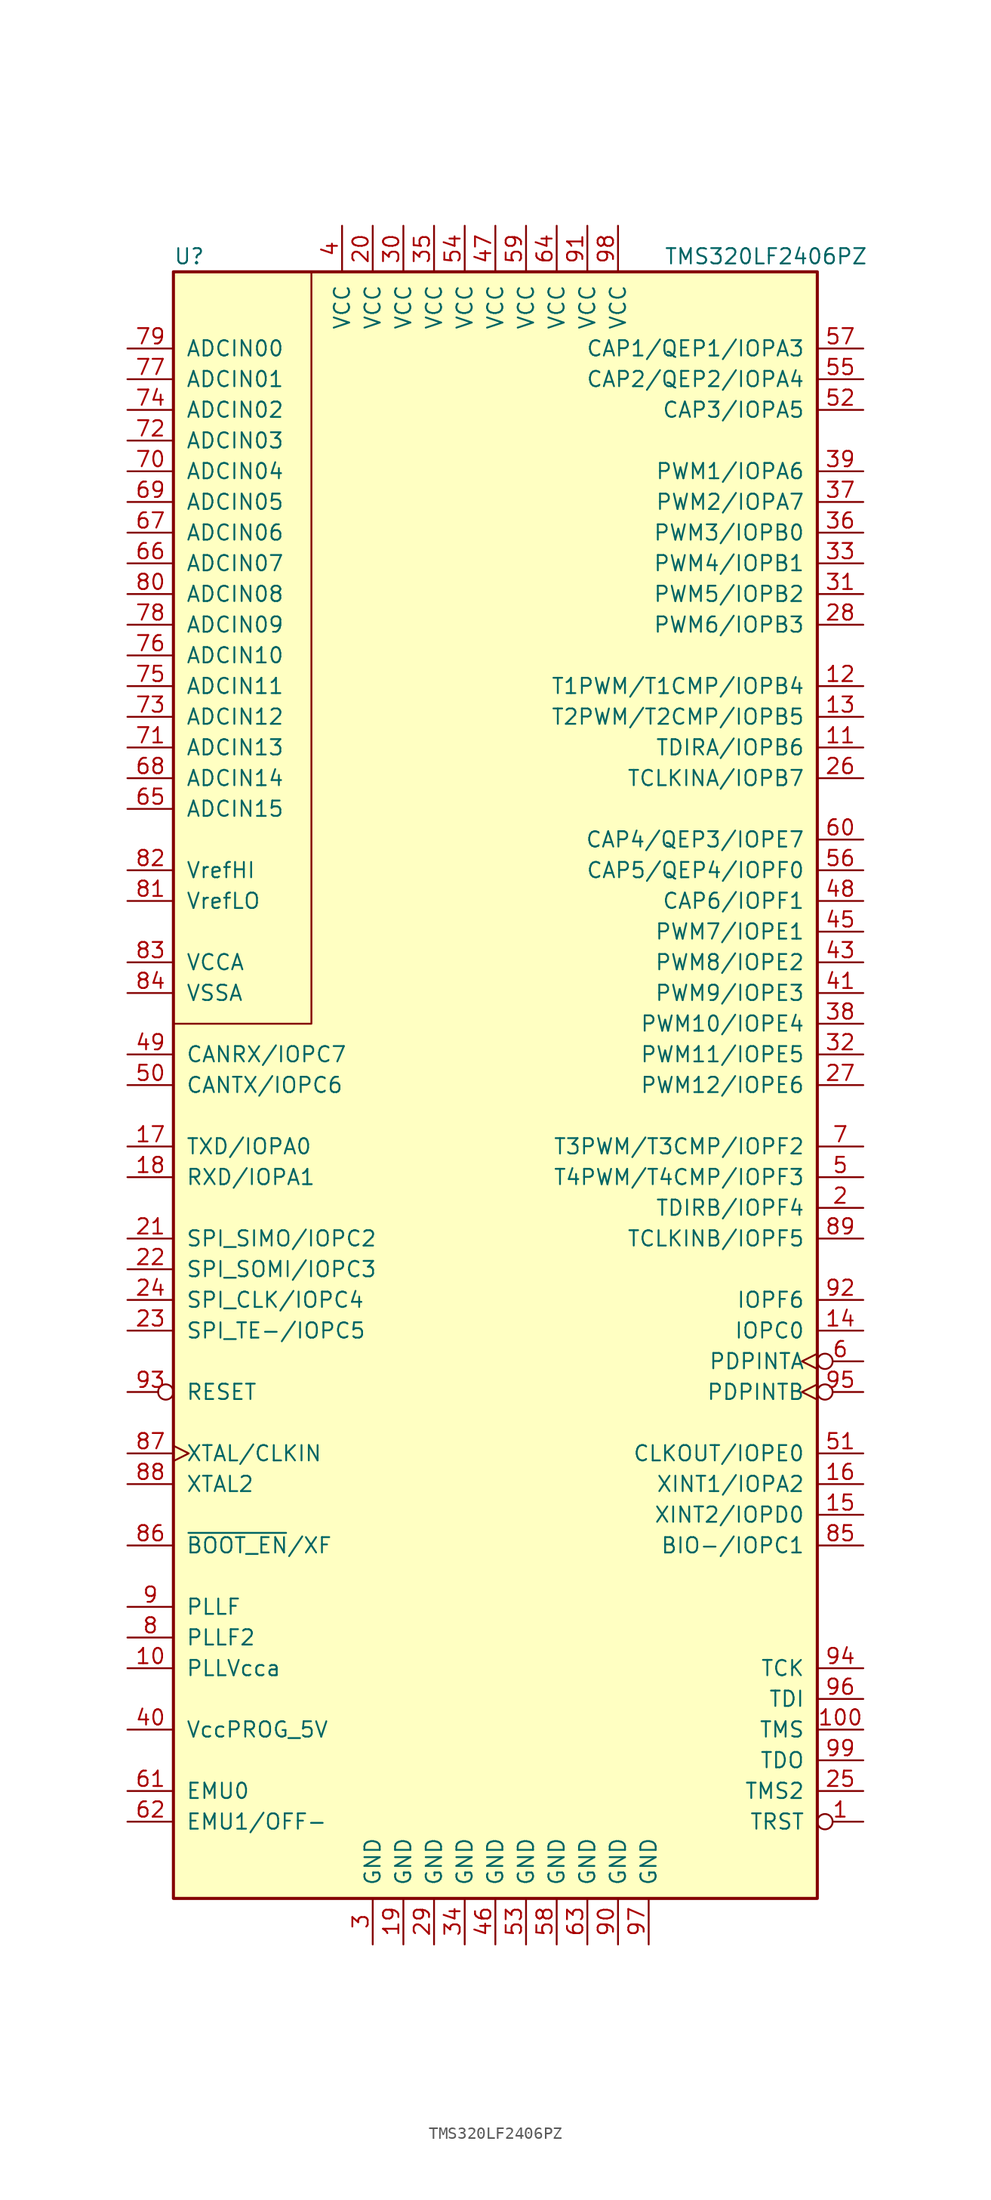
<source format=kicad_sym>
(kicad_symbol_lib
  (version 20201005)
  (generator kicad_symbol_editor)
  (symbol "TMS320LF2406PZ"
    (pin_names
      (offset 1.016))
    (property "Reference" "U"
      (at -26.67 66.04 0)
      (effects (font (size 1.27 1.27)) (justify left)))
    (property "Value" "TMS320LF2406PZ"
      (at 13.97 66.04 0)
      (effects (font (size 1.27 1.27)) (justify left)))
    (symbol "TMS320LF2406PZ_0_1"
      (rectangle (start -26.67 64.77) (end 26.67 -69.85) (stroke (width 0.254)) (fill (type background)))
      (polyline (pts (xy -15.24 64.77) (xy -15.24 2.54) (xy -22.86 2.54) (xy -26.67 2.54)) (stroke (width 0)) (fill (type none))))
    (symbol "TMS320LF2406PZ_1_1"
      (pin input inverted (at 30.48 -63.5 180) (length 3.81) (name "TRST" (effects (font (size 1.27 1.27)))) (number "1" (effects (font (size 1.27 1.27)))))
      (pin bidirectional line (at 30.48 -12.7 180) (length 3.81) (name "TDIRB/IOPF4" (effects (font (size 1.27 1.27)))) (number "2" (effects (font (size 1.27 1.27)))))
      (pin power_in line (at -10.16 -73.66 90) (length 3.81) (name "GND" (effects (font (size 1.27 1.27)))) (number "3" (effects (font (size 1.27 1.27)))))
      (pin power_in line (at -12.7 68.58 270) (length 3.81) (name "VCC" (effects (font (size 1.27 1.27)))) (number "4" (effects (font (size 1.27 1.27)))))
      (pin bidirectional line (at 30.48 -10.16 180) (length 3.81) (name "T4PWM/T4CMP/IOPF3" (effects (font (size 1.27 1.27)))) (number "5" (effects (font (size 1.27 1.27)))))
      (pin input inverted_clock (at 30.48 -25.4 180) (length 3.81) (name "PDPINTA" (effects (font (size 1.27 1.27)))) (number "6" (effects (font (size 1.27 1.27)))))
      (pin bidirectional line (at 30.48 -7.62 180) (length 3.81) (name "T3PWM/T3CMP/IOPF2" (effects (font (size 1.27 1.27)))) (number "7" (effects (font (size 1.27 1.27)))))
      (pin passive line (at -30.48 -48.26 0) (length 3.81) (name "PLLF2" (effects (font (size 1.27 1.27)))) (number "8" (effects (font (size 1.27 1.27)))))
      (pin passive line (at -30.48 -45.72 0) (length 3.81) (name "PLLF" (effects (font (size 1.27 1.27)))) (number "9" (effects (font (size 1.27 1.27)))))
      (pin passive line (at -30.48 -50.8 0) (length 3.81) (name "PLLVcca" (effects (font (size 1.27 1.27)))) (number "10" (effects (font (size 1.27 1.27)))))
      (pin power_in line (at -10.16 68.58 270) (length 3.81) (name "VCC" (effects (font (size 1.27 1.27)))) (number "20" (effects (font (size 1.27 1.27)))))
      (pin power_in line (at -7.62 68.58 270) (length 3.81) (name "VCC" (effects (font (size 1.27 1.27)))) (number "30" (effects (font (size 1.27 1.27)))))
      (pin passive line (at -30.48 -55.88 0) (length 3.81) (name "VccPROG_5V" (effects (font (size 1.27 1.27)))) (number "40" (effects (font (size 1.27 1.27)))))
      (pin bidirectional line (at -30.48 -2.54 0) (length 3.81) (name "CANTX/IOPC6" (effects (font (size 1.27 1.27)))) (number "50" (effects (font (size 1.27 1.27)))))
      (pin bidirectional line (at 30.48 17.78 180) (length 3.81) (name "CAP4/QEP3/IOPE7" (effects (font (size 1.27 1.27)))) (number "60" (effects (font (size 1.27 1.27)))))
      (pin input line (at -30.48 48.26 0) (length 3.81) (name "ADCIN04" (effects (font (size 1.27 1.27)))) (number "70" (effects (font (size 1.27 1.27)))))
      (pin input line (at -30.48 38.1 0) (length 3.81) (name "ADCIN08" (effects (font (size 1.27 1.27)))) (number "80" (effects (font (size 1.27 1.27)))))
      (pin power_in line (at 10.16 -73.66 90) (length 3.81) (name "GND" (effects (font (size 1.27 1.27)))) (number "90" (effects (font (size 1.27 1.27)))))
      (pin bidirectional line (at 30.48 25.4 180) (length 3.81) (name "TDIRA/IOPB6" (effects (font (size 1.27 1.27)))) (number "11" (effects (font (size 1.27 1.27)))))
      (pin bidirectional line (at -30.48 -15.24 0) (length 3.81) (name "SPI_SIMO/IOPC2" (effects (font (size 1.27 1.27)))) (number "21" (effects (font (size 1.27 1.27)))))
      (pin bidirectional line (at 30.48 38.1 180) (length 3.81) (name "PWM5/IOPB2" (effects (font (size 1.27 1.27)))) (number "31" (effects (font (size 1.27 1.27)))))
      (pin bidirectional line (at 30.48 5.08 180) (length 3.81) (name "PWM9/IOPE3" (effects (font (size 1.27 1.27)))) (number "41" (effects (font (size 1.27 1.27)))))
      (pin bidirectional line (at 30.48 -33.02 180) (length 3.81) (name "CLKOUT/IOPE0" (effects (font (size 1.27 1.27)))) (number "51" (effects (font (size 1.27 1.27)))))
      (pin bidirectional line (at -30.48 -60.96 0) (length 3.81) (name "EMU0" (effects (font (size 1.27 1.27)))) (number "61" (effects (font (size 1.27 1.27)))))
      (pin input line (at -30.48 25.4 0) (length 3.81) (name "ADCIN13" (effects (font (size 1.27 1.27)))) (number "71" (effects (font (size 1.27 1.27)))))
      (pin passive line (at -30.48 12.7 0) (length 3.81) (name "VrefLO" (effects (font (size 1.27 1.27)))) (number "81" (effects (font (size 1.27 1.27)))))
      (pin power_in line (at 7.62 68.58 270) (length 3.81) (name "VCC" (effects (font (size 1.27 1.27)))) (number "91" (effects (font (size 1.27 1.27)))))
      (pin bidirectional line (at 30.48 30.48 180) (length 3.81) (name "T1PWM/T1CMP/IOPB4" (effects (font (size 1.27 1.27)))) (number "12" (effects (font (size 1.27 1.27)))))
      (pin bidirectional line (at -30.48 -17.78 0) (length 3.81) (name "SPI_SOMI/IOPC3" (effects (font (size 1.27 1.27)))) (number "22" (effects (font (size 1.27 1.27)))))
      (pin bidirectional line (at 30.48 0 180) (length 3.81) (name "PWM11/IOPE5" (effects (font (size 1.27 1.27)))) (number "32" (effects (font (size 1.27 1.27)))))
      (pin bidirectional line (at 30.48 53.34 180) (length 3.81) (name "CAP3/IOPA5" (effects (font (size 1.27 1.27)))) (number "52" (effects (font (size 1.27 1.27)))))
      (pin bidirectional line (at -30.48 -63.5 0) (length 3.81) (name "EMU1/OFF-" (effects (font (size 1.27 1.27)))) (number "62" (effects (font (size 1.27 1.27)))))
      (pin input line (at -30.48 50.8 0) (length 3.81) (name "ADCIN03" (effects (font (size 1.27 1.27)))) (number "72" (effects (font (size 1.27 1.27)))))
      (pin passive line (at -30.48 15.24 0) (length 3.81) (name "VrefHI" (effects (font (size 1.27 1.27)))) (number "82" (effects (font (size 1.27 1.27)))))
      (pin bidirectional line (at 30.48 -20.32 180) (length 3.81) (name "IOPF6" (effects (font (size 1.27 1.27)))) (number "92" (effects (font (size 1.27 1.27)))))
      (pin bidirectional line (at 30.48 27.94 180) (length 3.81) (name "T2PWM/T2CMP/IOPB5" (effects (font (size 1.27 1.27)))) (number "13" (effects (font (size 1.27 1.27)))))
      (pin bidirectional line (at -30.48 -22.86 0) (length 3.81) (name "SPI_TE-/IOPC5" (effects (font (size 1.27 1.27)))) (number "23" (effects (font (size 1.27 1.27)))))
      (pin bidirectional line (at 30.48 40.64 180) (length 3.81) (name "PWM4/IOPB1" (effects (font (size 1.27 1.27)))) (number "33" (effects (font (size 1.27 1.27)))))
      (pin bidirectional line (at 30.48 7.62 180) (length 3.81) (name "PWM8/IOPE2" (effects (font (size 1.27 1.27)))) (number "43" (effects (font (size 1.27 1.27)))))
      (pin power_in line (at 2.54 -73.66 90) (length 3.81) (name "GND" (effects (font (size 1.27 1.27)))) (number "53" (effects (font (size 1.27 1.27)))))
      (pin power_in line (at 7.62 -73.66 90) (length 3.81) (name "GND" (effects (font (size 1.27 1.27)))) (number "63" (effects (font (size 1.27 1.27)))))
      (pin input line (at -30.48 27.94 0) (length 3.81) (name "ADCIN12" (effects (font (size 1.27 1.27)))) (number "73" (effects (font (size 1.27 1.27)))))
      (pin power_in line (at -30.48 7.62 0) (length 3.81) (name "VCCA" (effects (font (size 1.27 1.27)))) (number "83" (effects (font (size 1.27 1.27)))))
      (pin input inverted (at -30.48 -27.94 0) (length 3.81) (name "RESET" (effects (font (size 1.27 1.27)))) (number "93" (effects (font (size 1.27 1.27)))))
      (pin bidirectional line (at 30.48 -22.86 180) (length 3.81) (name "IOPC0" (effects (font (size 1.27 1.27)))) (number "14" (effects (font (size 1.27 1.27)))))
      (pin bidirectional line (at -30.48 -20.32 0) (length 3.81) (name "SPI_CLK/IOPC4" (effects (font (size 1.27 1.27)))) (number "24" (effects (font (size 1.27 1.27)))))
      (pin power_in line (at -2.54 -73.66 90) (length 3.81) (name "GND" (effects (font (size 1.27 1.27)))) (number "34" (effects (font (size 1.27 1.27)))))
      (pin power_in line (at -2.54 68.58 270) (length 3.81) (name "VCC" (effects (font (size 1.27 1.27)))) (number "54" (effects (font (size 1.27 1.27)))))
      (pin power_in line (at 5.08 68.58 270) (length 3.81) (name "VCC" (effects (font (size 1.27 1.27)))) (number "64" (effects (font (size 1.27 1.27)))))
      (pin input line (at -30.48 53.34 0) (length 3.81) (name "ADCIN02" (effects (font (size 1.27 1.27)))) (number "74" (effects (font (size 1.27 1.27)))))
      (pin power_in line (at -30.48 5.08 0) (length 3.81) (name "VSSA" (effects (font (size 1.27 1.27)))) (number "84" (effects (font (size 1.27 1.27)))))
      (pin input line (at 30.48 -50.8 180) (length 3.81) (name "TCK" (effects (font (size 1.27 1.27)))) (number "94" (effects (font (size 1.27 1.27)))))
      (pin bidirectional line (at 30.48 -38.1 180) (length 3.81) (name "XINT2/IOPD0" (effects (font (size 1.27 1.27)))) (number "15" (effects (font (size 1.27 1.27)))))
      (pin input line (at 30.48 -60.96 180) (length 3.81) (name "TMS2" (effects (font (size 1.27 1.27)))) (number "25" (effects (font (size 1.27 1.27)))))
      (pin power_in line (at -5.08 68.58 270) (length 3.81) (name "VCC" (effects (font (size 1.27 1.27)))) (number "35" (effects (font (size 1.27 1.27)))))
      (pin bidirectional line (at 30.48 10.16 180) (length 3.81) (name "PWM7/IOPE1" (effects (font (size 1.27 1.27)))) (number "45" (effects (font (size 1.27 1.27)))))
      (pin bidirectional line (at 30.48 55.88 180) (length 3.81) (name "CAP2/QEP2/IOPA4" (effects (font (size 1.27 1.27)))) (number "55" (effects (font (size 1.27 1.27)))))
      (pin input line (at -30.48 20.32 0) (length 3.81) (name "ADCIN15" (effects (font (size 1.27 1.27)))) (number "65" (effects (font (size 1.27 1.27)))))
      (pin input line (at -30.48 30.48 0) (length 3.81) (name "ADCIN11" (effects (font (size 1.27 1.27)))) (number "75" (effects (font (size 1.27 1.27)))))
      (pin bidirectional line (at 30.48 -40.64 180) (length 3.81) (name "BIO-/IOPC1" (effects (font (size 1.27 1.27)))) (number "85" (effects (font (size 1.27 1.27)))))
      (pin input inverted_clock (at 30.48 -27.94 180) (length 3.81) (name "PDPINTB" (effects (font (size 1.27 1.27)))) (number "95" (effects (font (size 1.27 1.27)))))
      (pin bidirectional line (at 30.48 -35.56 180) (length 3.81) (name "XINT1/IOPA2" (effects (font (size 1.27 1.27)))) (number "16" (effects (font (size 1.27 1.27)))))
      (pin passive line (at 30.48 22.86 180) (length 3.81) (name "TCLKINA/IOPB7" (effects (font (size 1.27 1.27)))) (number "26" (effects (font (size 1.27 1.27)))))
      (pin bidirectional line (at 30.48 43.18 180) (length 3.81) (name "PWM3/IOPB0" (effects (font (size 1.27 1.27)))) (number "36" (effects (font (size 1.27 1.27)))))
      (pin power_in line (at 0 -73.66 90) (length 3.81) (name "GND" (effects (font (size 1.27 1.27)))) (number "46" (effects (font (size 1.27 1.27)))))
      (pin passive line (at 30.48 15.24 180) (length 3.81) (name "CAP5/QEP4/IOPF0" (effects (font (size 1.27 1.27)))) (number "56" (effects (font (size 1.27 1.27)))))
      (pin input line (at -30.48 40.64 0) (length 3.81) (name "ADCIN07" (effects (font (size 1.27 1.27)))) (number "66" (effects (font (size 1.27 1.27)))))
      (pin input line (at -30.48 33.02 0) (length 3.81) (name "ADCIN10" (effects (font (size 1.27 1.27)))) (number "76" (effects (font (size 1.27 1.27)))))
      (pin output line (at -30.48 -40.64 0) (length 3.81) (name "~BOOT_EN~/XF" (effects (font (size 1.27 1.27)))) (number "86" (effects (font (size 1.27 1.27)))))
      (pin input line (at 30.48 -53.34 180) (length 3.81) (name "TDI" (effects (font (size 1.27 1.27)))) (number "96" (effects (font (size 1.27 1.27)))))
      (pin bidirectional line (at -30.48 -7.62 0) (length 3.81) (name "TXD/IOPA0" (effects (font (size 1.27 1.27)))) (number "17" (effects (font (size 1.27 1.27)))))
      (pin bidirectional line (at 30.48 -2.54 180) (length 3.81) (name "PWM12/IOPE6" (effects (font (size 1.27 1.27)))) (number "27" (effects (font (size 1.27 1.27)))))
      (pin bidirectional line (at 30.48 45.72 180) (length 3.81) (name "PWM2/IOPA7" (effects (font (size 1.27 1.27)))) (number "37" (effects (font (size 1.27 1.27)))))
      (pin power_in line (at 0 68.58 270) (length 3.81) (name "VCC" (effects (font (size 1.27 1.27)))) (number "47" (effects (font (size 1.27 1.27)))))
      (pin bidirectional line (at 30.48 58.42 180) (length 3.81) (name "CAP1/QEP1/IOPA3" (effects (font (size 1.27 1.27)))) (number "57" (effects (font (size 1.27 1.27)))))
      (pin input line (at -30.48 43.18 0) (length 3.81) (name "ADCIN06" (effects (font (size 1.27 1.27)))) (number "67" (effects (font (size 1.27 1.27)))))
      (pin input line (at -30.48 55.88 0) (length 3.81) (name "ADCIN01" (effects (font (size 1.27 1.27)))) (number "77" (effects (font (size 1.27 1.27)))))
      (pin input clock (at -30.48 -33.02 0) (length 3.81) (name "XTAL/CLKIN" (effects (font (size 1.27 1.27)))) (number "87" (effects (font (size 1.27 1.27)))))
      (pin power_in line (at 12.7 -73.66 90) (length 3.81) (name "GND" (effects (font (size 1.27 1.27)))) (number "97" (effects (font (size 1.27 1.27)))))
      (pin bidirectional line (at -30.48 -10.16 0) (length 3.81) (name "RXD/IOPA1" (effects (font (size 1.27 1.27)))) (number "18" (effects (font (size 1.27 1.27)))))
      (pin bidirectional line (at 30.48 35.56 180) (length 3.81) (name "PWM6/IOPB3" (effects (font (size 1.27 1.27)))) (number "28" (effects (font (size 1.27 1.27)))))
      (pin bidirectional line (at 30.48 2.54 180) (length 3.81) (name "PWM10/IOPE4" (effects (font (size 1.27 1.27)))) (number "38" (effects (font (size 1.27 1.27)))))
      (pin bidirectional line (at 30.48 12.7 180) (length 3.81) (name "CAP6/IOPF1" (effects (font (size 1.27 1.27)))) (number "48" (effects (font (size 1.27 1.27)))))
      (pin power_in line (at 5.08 -73.66 90) (length 3.81) (name "GND" (effects (font (size 1.27 1.27)))) (number "58" (effects (font (size 1.27 1.27)))))
      (pin input line (at -30.48 22.86 0) (length 3.81) (name "ADCIN14" (effects (font (size 1.27 1.27)))) (number "68" (effects (font (size 1.27 1.27)))))
      (pin input line (at -30.48 35.56 0) (length 3.81) (name "ADCIN09" (effects (font (size 1.27 1.27)))) (number "78" (effects (font (size 1.27 1.27)))))
      (pin output line (at -30.48 -35.56 0) (length 3.81) (name "XTAL2" (effects (font (size 1.27 1.27)))) (number "88" (effects (font (size 1.27 1.27)))))
      (pin power_in line (at 10.16 68.58 270) (length 3.81) (name "VCC" (effects (font (size 1.27 1.27)))) (number "98" (effects (font (size 1.27 1.27)))))
      (pin power_in line (at -7.62 -73.66 90) (length 3.81) (name "GND" (effects (font (size 1.27 1.27)))) (number "19" (effects (font (size 1.27 1.27)))))
      (pin power_in line (at -5.08 -73.66 90) (length 3.81) (name "GND" (effects (font (size 1.27 1.27)))) (number "29" (effects (font (size 1.27 1.27)))))
      (pin bidirectional line (at 30.48 48.26 180) (length 3.81) (name "PWM1/IOPA6" (effects (font (size 1.27 1.27)))) (number "39" (effects (font (size 1.27 1.27)))))
      (pin bidirectional line (at -30.48 0 0) (length 3.81) (name "CANRX/IOPC7" (effects (font (size 1.27 1.27)))) (number "49" (effects (font (size 1.27 1.27)))))
      (pin power_in line (at 2.54 68.58 270) (length 3.81) (name "VCC" (effects (font (size 1.27 1.27)))) (number "59" (effects (font (size 1.27 1.27)))))
      (pin input line (at -30.48 45.72 0) (length 3.81) (name "ADCIN05" (effects (font (size 1.27 1.27)))) (number "69" (effects (font (size 1.27 1.27)))))
      (pin input line (at -30.48 58.42 0) (length 3.81) (name "ADCIN00" (effects (font (size 1.27 1.27)))) (number "79" (effects (font (size 1.27 1.27)))))
      (pin bidirectional line (at 30.48 -15.24 180) (length 3.81) (name "TCLKINB/IOPF5" (effects (font (size 1.27 1.27)))) (number "89" (effects (font (size 1.27 1.27)))))
      (pin output line (at 30.48 -58.42 180) (length 3.81) (name "TDO" (effects (font (size 1.27 1.27)))) (number "99" (effects (font (size 1.27 1.27)))))
      (pin input line (at 30.48 -55.88 180) (length 3.81) (name "TMS" (effects (font (size 1.27 1.27)))) (number "100" (effects (font (size 1.27 1.27))))))))
</source>
